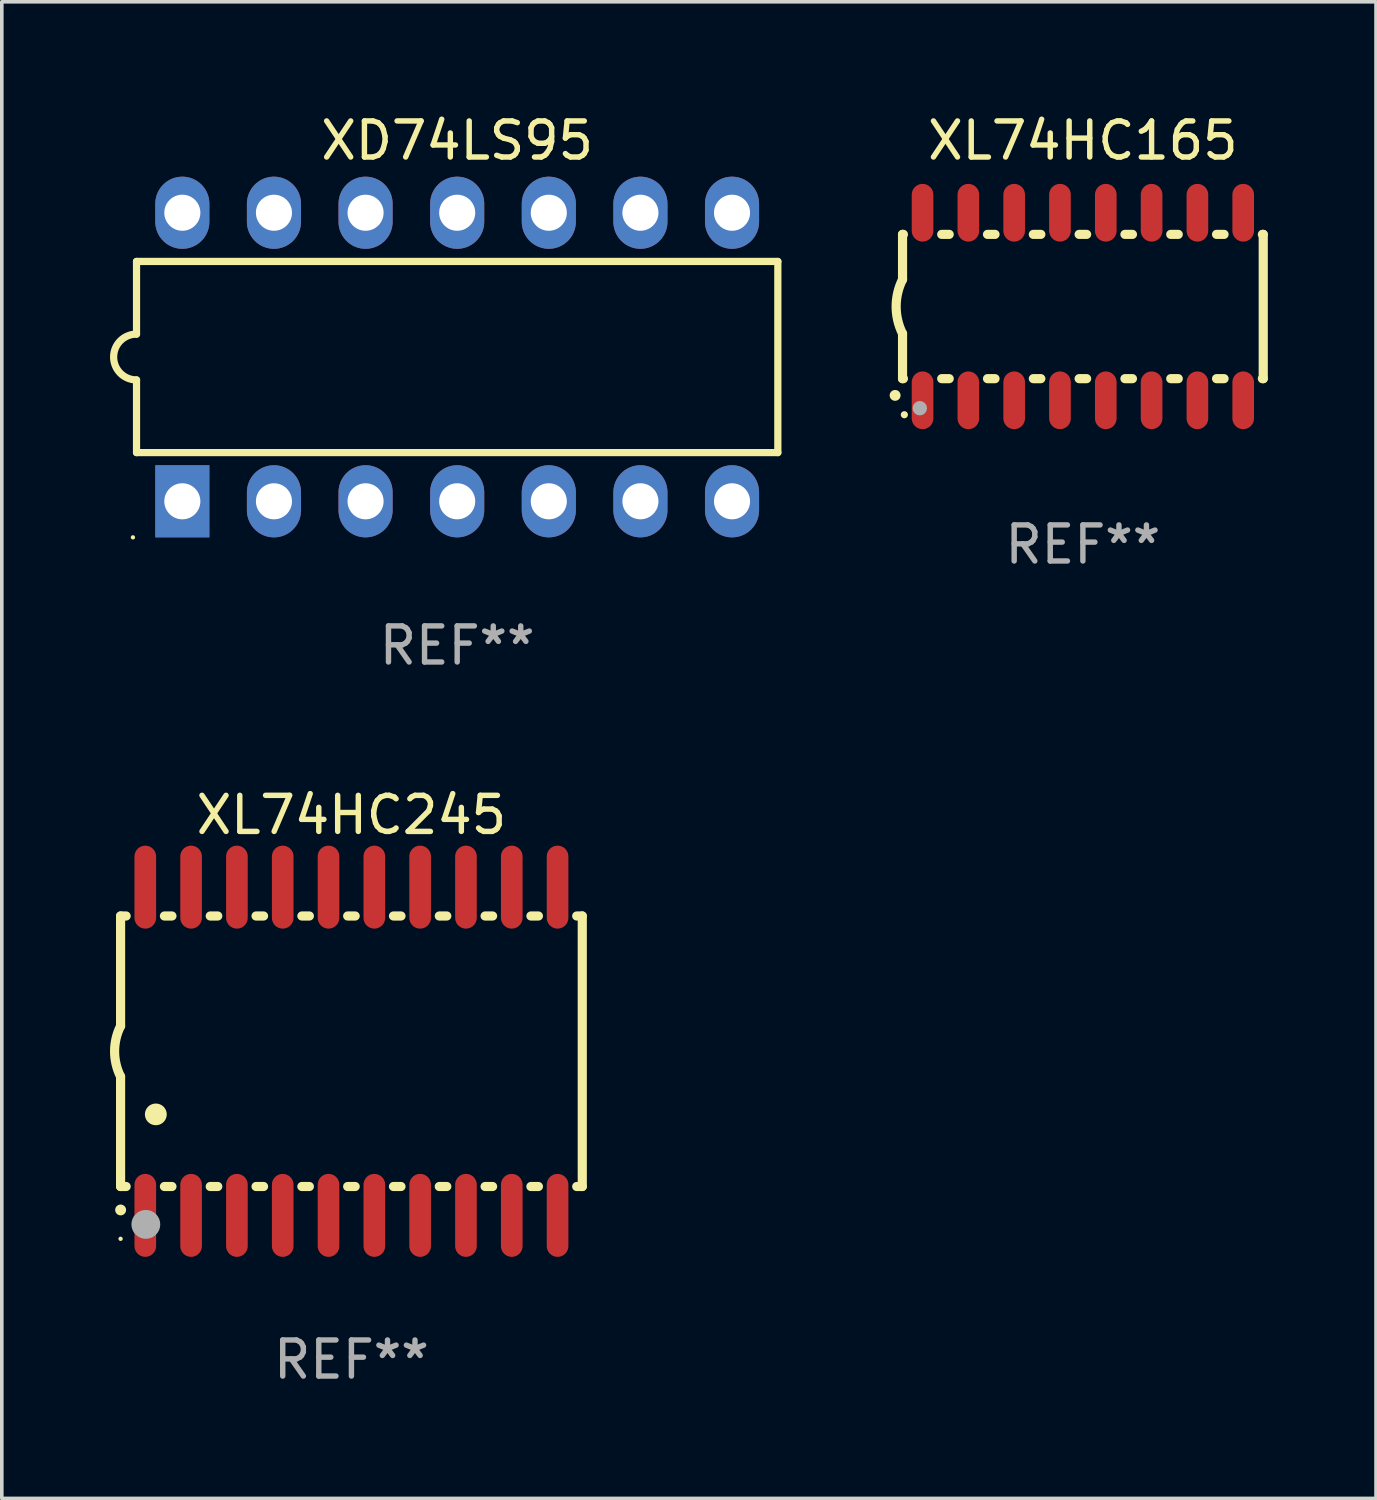
<source format=kicad_pcb>
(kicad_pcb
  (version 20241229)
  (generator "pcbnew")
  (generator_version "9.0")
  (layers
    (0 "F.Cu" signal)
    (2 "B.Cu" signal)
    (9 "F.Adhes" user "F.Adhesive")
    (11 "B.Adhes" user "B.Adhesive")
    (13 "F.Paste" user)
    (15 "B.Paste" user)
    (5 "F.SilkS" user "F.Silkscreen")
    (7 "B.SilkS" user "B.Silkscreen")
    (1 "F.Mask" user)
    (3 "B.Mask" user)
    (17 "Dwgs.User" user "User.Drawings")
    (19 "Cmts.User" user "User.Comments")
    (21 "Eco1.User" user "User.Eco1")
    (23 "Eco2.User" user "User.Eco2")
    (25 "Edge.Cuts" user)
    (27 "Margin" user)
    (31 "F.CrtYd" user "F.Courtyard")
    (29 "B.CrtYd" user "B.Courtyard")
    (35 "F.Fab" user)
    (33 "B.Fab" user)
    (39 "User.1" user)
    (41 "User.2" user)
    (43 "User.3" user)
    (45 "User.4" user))
  (footprint "XL74HC165"
    (layer "F.Cu")
    (at 26.972 5.448)
    (property "Reference" "XL74HC165" (at 0 -4.6 0) (layer "F.SilkS") (effects (font (size 1 1) (thickness 0.15))))
    (attr through_hole)
    (fp_line (start -5 -2) (end -5 -0.75) (stroke (width 0.254) (type solid)) (layer "F.SilkS"))
    (fp_line (start -5 -2) (end -4.976 -2) (stroke (width 0.254) (type solid)) (layer "F.SilkS"))
    (fp_line (start -5 2) (end -5 0.75) (stroke (width 0.254) (type solid)) (layer "F.SilkS"))
    (fp_line (start -5 2) (end -4.976 2) (stroke (width 0.254) (type solid)) (layer "F.SilkS"))
    (fp_line (start -3.914 -2) (end -3.706 -2) (stroke (width 0.254) (type solid)) (layer "F.SilkS"))
    (fp_line (start -3.914 2) (end -3.706 2) (stroke (width 0.254) (type solid)) (layer "F.SilkS"))
    (fp_line (start -2.644 -2) (end -2.436 -2) (stroke (width 0.254) (type solid)) (layer "F.SilkS"))
    (fp_line (start -2.644 2) (end -2.436 2) (stroke (width 0.254) (type solid)) (layer "F.SilkS"))
    (fp_line (start -1.374 -2) (end -1.166 -2) (stroke (width 0.254) (type solid)) (layer "F.SilkS"))
    (fp_line (start -1.374 2) (end -1.166 2) (stroke (width 0.254) (type solid)) (layer "F.SilkS"))
    (fp_line (start -0.104 -2) (end 0.104 -2) (stroke (width 0.254) (type solid)) (layer "F.SilkS"))
    (fp_line (start -0.104 2) (end 0.104 2) (stroke (width 0.254) (type solid)) (layer "F.SilkS"))
    (fp_line (start 1.166 -2) (end 1.374 -2) (stroke (width 0.254) (type solid)) (layer "F.SilkS"))
    (fp_line (start 1.166 2) (end 1.374 2) (stroke (width 0.254) (type solid)) (layer "F.SilkS"))
    (fp_line (start 2.436 -2) (end 2.644 -2) (stroke (width 0.254) (type solid)) (layer "F.SilkS"))
    (fp_line (start 2.436 2) (end 2.644 2) (stroke (width 0.254) (type solid)) (layer "F.SilkS"))
    (fp_line (start 3.706 -2) (end 3.914 -2) (stroke (width 0.254) (type solid)) (layer "F.SilkS"))
    (fp_line (start 3.706 2) (end 3.914 2) (stroke (width 0.254) (type solid)) (layer "F.SilkS"))
    (fp_line (start 4.976 -2) (end 5 -2) (stroke (width 0.254) (type solid)) (layer "F.SilkS"))
    (fp_line (start 4.976 2) (end 5 2) (stroke (width 0.254) (type solid)) (layer "F.SilkS"))
    (fp_line (start 5 2) (end 5 -2) (stroke (width 0.254) (type solid)) (layer "F.SilkS"))
    (fp_arc (start -5.20701 2.46383) (mid -5.20574 2.463825) (end -5.20447 2.46383) (stroke (width 0.3) (type solid)) (layer "F.SilkS"))
    (fp_arc (start -5 0.751207) (mid -5.177192 0.00061) (end -5 -0.749987) (stroke (width 0.254001) (type solid)) (layer "F.SilkS"))
    (fp_circle (center -4.95 3) (end -4.9 3) (stroke (width 0.1) (type solid)) (fill no) (layer "F.SilkS"))
    (fp_circle (center -4.521 2.819) (end -4.421 2.819) (stroke (width 0.2) (type solid)) (fill no) (layer "F.Fab"))
    (fp_text user "REF**" (at 0 6.6 0) (layer "F.Fab") (effects (font (size 1 1) (thickness 0.15))))
    (pad "1" smd oval (at -4.445 2.6 180) (size 0.6 1.6) (layers "F.Cu" "F.Mask" "F.Paste"))
    (pad "2" smd oval (at -3.175 2.6 180) (size 0.6 1.6) (layers "F.Cu" "F.Mask" "F.Paste"))
    (pad "3" smd oval (at -1.905 2.6 180) (size 0.6 1.6) (layers "F.Cu" "F.Mask" "F.Paste"))
    (pad "4" smd oval (at -0.635 2.6 180) (size 0.6 1.6) (layers "F.Cu" "F.Mask" "F.Paste"))
    (pad "5" smd oval (at 0.635 2.6 180) (size 0.6 1.6) (layers "F.Cu" "F.Mask" "F.Paste"))
    (pad "6" smd oval (at 1.905 2.6 180) (size 0.6 1.6) (layers "F.Cu" "F.Mask" "F.Paste"))
    (pad "7" smd oval (at 3.175 2.6 180) (size 0.6 1.6) (layers "F.Cu" "F.Mask" "F.Paste"))
    (pad "8" smd oval (at 4.445 2.6 180) (size 0.6 1.6) (layers "F.Cu" "F.Mask" "F.Paste"))
    (pad "9" smd oval (at 4.445 -2.6 180) (size 0.6 1.6) (layers "F.Cu" "F.Mask" "F.Paste"))
    (pad "10" smd oval (at 3.175 -2.6 180) (size 0.6 1.6) (layers "F.Cu" "F.Mask" "F.Paste"))
    (pad "11" smd oval (at 1.905 -2.6 180) (size 0.6 1.6) (layers "F.Cu" "F.Mask" "F.Paste"))
    (pad "12" smd oval (at 0.635 -2.6 180) (size 0.6 1.6) (layers "F.Cu" "F.Mask" "F.Paste"))
    (pad "13" smd oval (at -0.635 -2.6 180) (size 0.6 1.6) (layers "F.Cu" "F.Mask" "F.Paste"))
    (pad "14" smd oval (at -1.905 -2.6 180) (size 0.6 1.6) (layers "F.Cu" "F.Mask" "F.Paste"))
    (pad "15" smd oval (at -3.175 -2.6 180) (size 0.6 1.6) (layers "F.Cu" "F.Mask" "F.Paste"))
    (pad "16" smd oval (at -4.445 -2.6 180) (size 0.6 1.6) (layers "F.Cu" "F.Mask" "F.Paste")))
  (footprint "XL74HC245"
    (layer "F.Cu")
    (at 6.693 26.095)
    (property "Reference" "XL74HC245" (at 0 -6.55 0) (layer "F.SilkS") (effects (font (size 1 1) (thickness 0.15))))
    (attr through_hole)
    (fp_line (start -6.4 -3.75) (end -6.4 -0.7) (stroke (width 0.254) (type solid)) (layer "F.SilkS"))
    (fp_line (start -6.4 -3.75) (end -6.246 -3.75) (stroke (width 0.254) (type solid)) (layer "F.SilkS"))
    (fp_line (start -6.4 3.75) (end -6.4 0.7) (stroke (width 0.254) (type solid)) (layer "F.SilkS"))
    (fp_line (start -6.246 3.75) (end -6.4 3.75) (stroke (width 0.254) (type solid)) (layer "F.SilkS"))
    (fp_line (start -5.184 -3.75) (end -4.976 -3.75) (stroke (width 0.254) (type solid)) (layer "F.SilkS"))
    (fp_line (start -4.976 3.75) (end -5.184 3.75) (stroke (width 0.254) (type solid)) (layer "F.SilkS"))
    (fp_line (start -3.914 -3.75) (end -3.706 -3.75) (stroke (width 0.254) (type solid)) (layer "F.SilkS"))
    (fp_line (start -3.706 3.75) (end -3.914 3.75) (stroke (width 0.254) (type solid)) (layer "F.SilkS"))
    (fp_line (start -2.644 -3.75) (end -2.436 -3.75) (stroke (width 0.254) (type solid)) (layer "F.SilkS"))
    (fp_line (start -2.436 3.75) (end -2.644 3.75) (stroke (width 0.254) (type solid)) (layer "F.SilkS"))
    (fp_line (start -1.374 -3.75) (end -1.166 -3.75) (stroke (width 0.254) (type solid)) (layer "F.SilkS"))
    (fp_line (start -1.166 3.75) (end -1.374 3.75) (stroke (width 0.254) (type solid)) (layer "F.SilkS"))
    (fp_line (start -0.104 -3.75) (end 0.104 -3.75) (stroke (width 0.254) (type solid)) (layer "F.SilkS"))
    (fp_line (start 0.104 3.75) (end -0.104 3.75) (stroke (width 0.254) (type solid)) (layer "F.SilkS"))
    (fp_line (start 1.166 -3.75) (end 1.374 -3.75) (stroke (width 0.254) (type solid)) (layer "F.SilkS"))
    (fp_line (start 1.374 3.75) (end 1.166 3.75) (stroke (width 0.254) (type solid)) (layer "F.SilkS"))
    (fp_line (start 2.436 -3.75) (end 2.644 -3.75) (stroke (width 0.254) (type solid)) (layer "F.SilkS"))
    (fp_line (start 2.644 3.75) (end 2.436 3.75) (stroke (width 0.254) (type solid)) (layer "F.SilkS"))
    (fp_line (start 3.706 -3.75) (end 3.914 -3.75) (stroke (width 0.254) (type solid)) (layer "F.SilkS"))
    (fp_line (start 3.914 3.75) (end 3.706 3.75) (stroke (width 0.254) (type solid)) (layer "F.SilkS"))
    (fp_line (start 4.976 -3.75) (end 5.184 -3.75) (stroke (width 0.254) (type solid)) (layer "F.SilkS"))
    (fp_line (start 5.184 3.75) (end 4.976 3.75) (stroke (width 0.254) (type solid)) (layer "F.SilkS"))
    (fp_line (start 6.246 -3.75) (end 6.4 -3.75) (stroke (width 0.254) (type solid)) (layer "F.SilkS"))
    (fp_line (start 6.4 -3.75) (end 6.4 3.75) (stroke (width 0.254) (type solid)) (layer "F.SilkS"))
    (fp_line (start 6.4 3.75) (end 6.246 3.75) (stroke (width 0.254) (type solid)) (layer "F.SilkS"))
    (fp_arc (start -6.400812 0.701041) (mid -6.565912 0.000428) (end -6.400025 -0.7) (stroke (width 0.254001) (type solid)) (layer "F.SilkS"))
    (fp_arc (start -6.400025 4.4) (mid -6.398755 4.399995) (end -6.397485 4.4) (stroke (width 0.3) (type solid)) (layer "F.SilkS"))
    (fp_arc (start -5.425451 1.750064) (mid -5.422911 1.750053) (end -5.420371 1.750064) (stroke (width 0.6) (type solid)) (layer "F.SilkS"))
    (fp_circle (center -6.4 5.2) (end -6.37 5.2) (stroke (width 0.06) (type solid)) (fill no) (layer "F.SilkS"))
    (fp_circle (center -5.7 4.8) (end -5.5 4.8) (stroke (width 0.4) (type solid)) (fill no) (layer "F.Fab"))
    (fp_text user "REF**" (at 0 8.55 0) (layer "F.Fab") (effects (font (size 1 1) (thickness 0.15))))
    (pad "1" smd oval (at -5.715 4.55 180) (size 0.6 2.3) (layers "F.Cu" "F.Mask" "F.Paste"))
    (pad "2" smd oval (at -4.445 4.55 180) (size 0.6 2.3) (layers "F.Cu" "F.Mask" "F.Paste"))
    (pad "3" smd oval (at -3.175 4.55 180) (size 0.6 2.3) (layers "F.Cu" "F.Mask" "F.Paste"))
    (pad "4" smd oval (at -1.905 4.55 180) (size 0.6 2.3) (layers "F.Cu" "F.Mask" "F.Paste"))
    (pad "5" smd oval (at -0.635 4.55 180) (size 0.6 2.3) (layers "F.Cu" "F.Mask" "F.Paste"))
    (pad "6" smd oval (at 0.635 4.55 180) (size 0.6 2.3) (layers "F.Cu" "F.Mask" "F.Paste"))
    (pad "7" smd oval (at 1.905 4.55 180) (size 0.6 2.3) (layers "F.Cu" "F.Mask" "F.Paste"))
    (pad "8" smd oval (at 3.175 4.55 180) (size 0.6 2.3) (layers "F.Cu" "F.Mask" "F.Paste"))
    (pad "9" smd oval (at 4.445 4.55 180) (size 0.6 2.3) (layers "F.Cu" "F.Mask" "F.Paste"))
    (pad "10" smd oval (at 5.715 4.55 180) (size 0.6 2.3) (layers "F.Cu" "F.Mask" "F.Paste"))
    (pad "11" smd oval (at 5.715 -4.55 180) (size 0.6 2.3) (layers "F.Cu" "F.Mask" "F.Paste"))
    (pad "12" smd oval (at 4.445 -4.55 180) (size 0.6 2.3) (layers "F.Cu" "F.Mask" "F.Paste"))
    (pad "13" smd oval (at 3.175 -4.55 180) (size 0.6 2.3) (layers "F.Cu" "F.Mask" "F.Paste"))
    (pad "14" smd oval (at 1.905 -4.55 180) (size 0.6 2.3) (layers "F.Cu" "F.Mask" "F.Paste"))
    (pad "15" smd oval (at 0.635 -4.55 180) (size 0.6 2.3) (layers "F.Cu" "F.Mask" "F.Paste"))
    (pad "16" smd oval (at -0.635 -4.55 180) (size 0.6 2.3) (layers "F.Cu" "F.Mask" "F.Paste"))
    (pad "17" smd oval (at -1.905 -4.55 180) (size 0.6 2.3) (layers "F.Cu" "F.Mask" "F.Paste"))
    (pad "18" smd oval (at -3.175 -4.55 180) (size 0.6 2.3) (layers "F.Cu" "F.Mask" "F.Paste"))
    (pad "19" smd oval (at -4.445 -4.55 180) (size 0.6 2.3) (layers "F.Cu" "F.Mask" "F.Paste"))
    (pad "20" smd oval (at -5.715 -4.55 180) (size 0.6 2.3) (layers "F.Cu" "F.Mask" "F.Paste")))
  (footprint "XD74LS95"
    (layer "F.Cu")
    (at 9.625 6.848)
    (property "Reference" "XD74LS95" (at 0 -6 0) (layer "F.SilkS") (effects (font (size 1 1) (thickness 0.15))))
    (attr through_hole)
    (fp_line (start -8.89 -2.65) (end -8.89 -0.635) (stroke (width 0.2) (type solid)) (layer "F.SilkS"))
    (fp_line (start -8.89 0.635) (end -8.89 2.65) (stroke (width 0.2) (type solid)) (layer "F.SilkS"))
    (fp_line (start -8.89 2.65) (end 8.89 2.65) (stroke (width 0.2) (type solid)) (layer "F.SilkS"))
    (fp_line (start 8.89 -2.65) (end -8.89 -2.65) (stroke (width 0.2) (type solid)) (layer "F.SilkS"))
    (fp_line (start 8.89 2.65) (end 8.89 -2.65) (stroke (width 0.2) (type solid)) (layer "F.SilkS"))
    (fp_arc (start -8.890018 0.635001) (mid -9.525019 0) (end -8.890018 -0.635001) (stroke (width 0.2) (type solid)) (layer "F.SilkS"))
    (fp_circle (center -8.99 5) (end -8.96 5) (stroke (width 0.06) (type solid)) (fill no) (layer "F.SilkS"))
    (fp_text user "REF**" (at 0 8 0) (layer "F.Fab") (effects (font (size 1 1) (thickness 0.15))))
    (pad "1" thru_hole rect (at -7.62 4 90) (size 2 1.5) (drill 1) (layers "*.Cu" "*.Mask"))
    (pad "2" thru_hole oval (at -5.08 4 90) (size 2 1.5) (drill 1) (layers "*.Cu" "*.Mask"))
    (pad "3" thru_hole oval (at -2.54 4 90) (size 2 1.5) (drill 1) (layers "*.Cu" "*.Mask"))
    (pad "4" thru_hole oval (at 0 4 90) (size 2 1.5) (drill 1) (layers "*.Cu" "*.Mask"))
    (pad "5" thru_hole oval (at 2.54 4 90) (size 2 1.5) (drill 1) (layers "*.Cu" "*.Mask"))
    (pad "6" thru_hole oval (at 5.08 4 90) (size 2 1.5) (drill 1) (layers "*.Cu" "*.Mask"))
    (pad "7" thru_hole oval (at 7.62 4 90) (size 2 1.5) (drill 1) (layers "*.Cu" "*.Mask"))
    (pad "8" thru_hole oval (at 7.62 -4 90) (size 2 1.5) (drill 1) (layers "*.Cu" "*.Mask"))
    (pad "9" thru_hole oval (at 5.08 -4 90) (size 2 1.5) (drill 1) (layers "*.Cu" "*.Mask"))
    (pad "10" thru_hole oval (at 2.54 -4 90) (size 2 1.5) (drill 1) (layers "*.Cu" "*.Mask"))
    (pad "11" thru_hole oval (at 0 -4 90) (size 2 1.5) (drill 1) (layers "*.Cu" "*.Mask"))
    (pad "12" thru_hole oval (at -2.54 -4 90) (size 2 1.5) (drill 1) (layers "*.Cu" "*.Mask"))
    (pad "13" thru_hole oval (at -5.08 -4 90) (size 2 1.5) (drill 1) (layers "*.Cu" "*.Mask"))
    (pad "14" thru_hole oval (at -7.62 -4 90) (size 2 1.5) (drill 1) (layers "*.Cu" "*.Mask")))
  (gr_rect
    (start -3 -3)
    (end 35.099 38.493)
    (stroke (width 0.1) (type default))
    (fill no)
    (layer "Edge.Cuts")))
</source>
